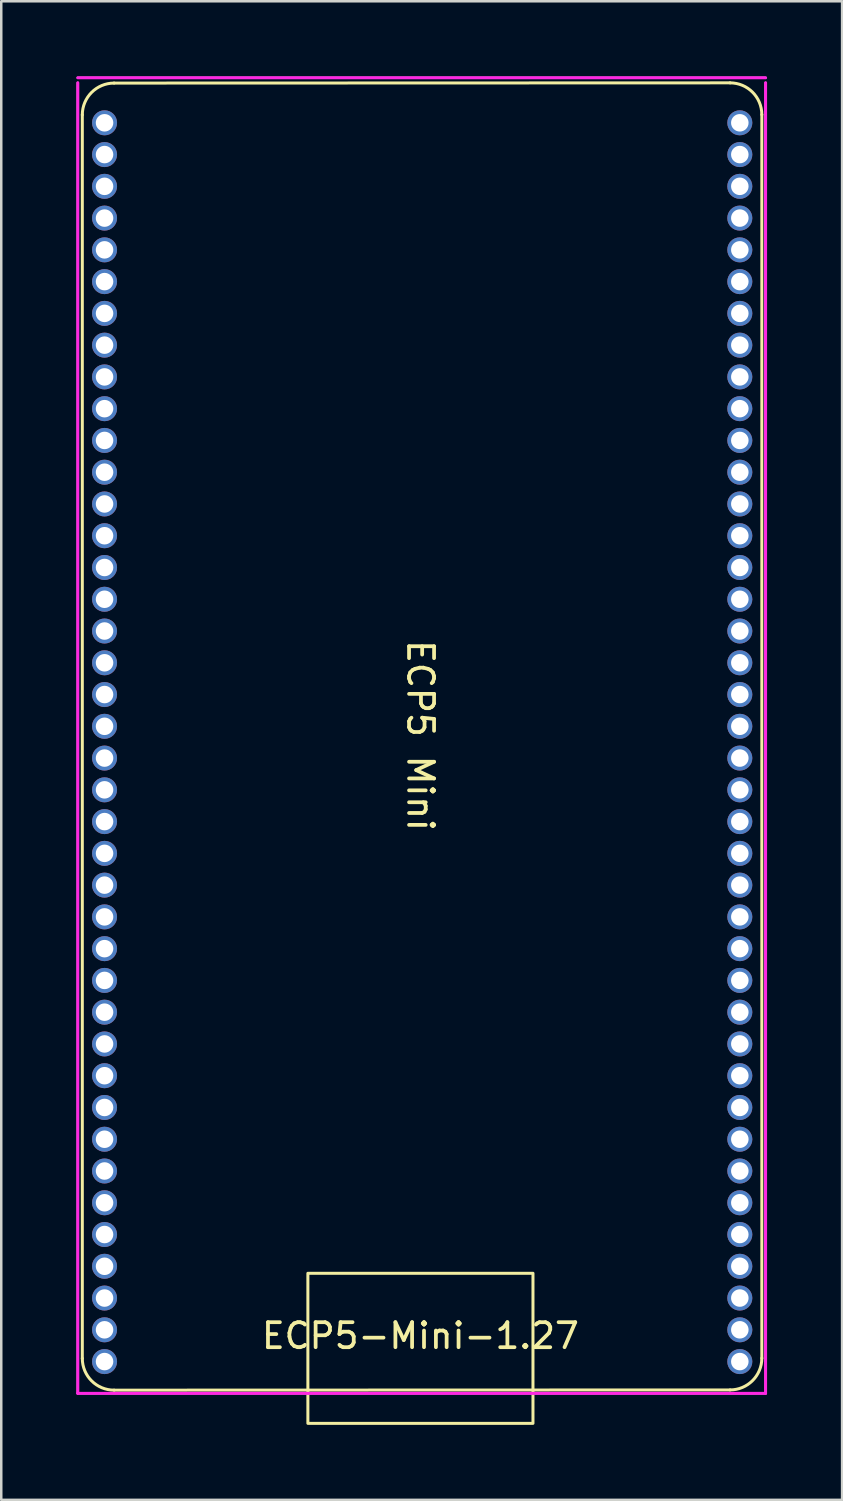
<source format=kicad_pcb>
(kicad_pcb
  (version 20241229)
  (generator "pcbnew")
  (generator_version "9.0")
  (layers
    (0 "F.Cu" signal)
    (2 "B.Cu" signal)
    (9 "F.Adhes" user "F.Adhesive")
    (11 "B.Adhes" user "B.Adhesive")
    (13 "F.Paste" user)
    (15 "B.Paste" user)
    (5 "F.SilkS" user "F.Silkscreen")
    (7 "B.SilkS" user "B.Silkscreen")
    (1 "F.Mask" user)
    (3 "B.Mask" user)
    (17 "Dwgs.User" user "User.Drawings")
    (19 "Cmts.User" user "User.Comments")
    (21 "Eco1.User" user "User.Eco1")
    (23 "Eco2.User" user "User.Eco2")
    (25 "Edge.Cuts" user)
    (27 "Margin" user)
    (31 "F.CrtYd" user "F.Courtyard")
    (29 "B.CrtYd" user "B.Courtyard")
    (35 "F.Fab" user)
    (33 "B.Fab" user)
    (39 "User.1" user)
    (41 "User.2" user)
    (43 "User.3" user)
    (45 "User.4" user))
  (footprint "ECP5-Mini-1.27"
    (layer "F.Cu")
    (at 13.76 26.36)
    (property "Reference" "ECP5-Mini-1.27" (at 0 24 0) (layer "F.SilkS") (effects (font (size 1 1) (thickness 0.15))))
    (attr through_hole)
    (fp_line (start -13.519 -24.818) (end -13.519 24.903) (stroke (width 0.12) (type solid)) (layer "F.SilkS"))
    (fp_line (start -12.249 -26.088) (end 12.38 -26.097) (stroke (width 0.12) (type solid)) (layer "F.SilkS"))
    (fp_line (start 12.38 26.164) (end -12.249 26.173) (stroke (width 0.12) (type solid)) (layer "F.SilkS"))
    (fp_line (start 13.65 24.894) (end 13.65 -24.827) (stroke (width 0.12) (type solid)) (layer "F.SilkS"))
    (fp_rect (start -4.5 21.5) (end 4.5 27.5) (stroke (width 0.12) (type solid)) (fill no) (layer "F.SilkS"))
    (fp_arc (start -13.519 -24.817974) (mid -13.147026 -25.716) (end -12.249 -26.087974) (stroke (width 0.12) (type solid)) (layer "F.SilkS"))
    (fp_arc (start -12.249 26.173) (mid -13.147026 25.801026) (end -13.519 24.903) (stroke (width 0.12) (type solid)) (layer "F.SilkS"))
    (fp_arc (start 12.379974 -26.097) (mid 13.278 -25.725026) (end 13.649974 -24.827) (stroke (width 0.12) (type solid)) (layer "F.SilkS"))
    (fp_arc (start 13.649974 24.893974) (mid 13.278 25.792) (end 12.379974 26.163974) (stroke (width 0.12) (type solid)) (layer "F.SilkS"))
    (fp_line (start -13.7 -26.3) (end 13.8 -26.3) (stroke (width 0.12) (type solid)) (layer "F.CrtYd"))
    (fp_line (start -13.7 26.3) (end -13.7 -26.1) (stroke (width 0.12) (type solid)) (layer "F.CrtYd"))
    (fp_line (start 13.8 -26.1) (end 13.8 26.3) (stroke (width 0.12) (type solid)) (layer "F.CrtYd"))
    (fp_line (start 13.8 26.3) (end -13.7 26.3) (stroke (width 0.12) (type solid)) (layer "F.CrtYd"))
    (fp_line (start -13.7 -26.1) (end -13.7 26.3) (stroke (width 0.1) (type solid)) (layer "F.Fab"))
    (fp_line (start -13.7 26.3) (end 13.8 26.3) (stroke (width 0.1) (type solid)) (layer "F.Fab"))
    (fp_line (start 13.8 -26.3) (end -13.7 -26.3) (stroke (width 0.1) (type solid)) (layer "F.Fab"))
    (fp_line (start 13.8 26.3) (end 13.8 -26.1) (stroke (width 0.1) (type solid)) (layer "F.Fab"))
    (fp_text user "ECP5 Mini" (at 0 0 270) (unlocked yes) (layer "F.SilkS") (effects (font (size 1 1) (thickness 0.15))))
    (pad "1" thru_hole circle (at -12.63 -24.5) (size 1 1) (drill 0.7) (layers "*.Cu" "*.Mask") (remove_unused_layers yes) (keep_end_layers yes) (zone_layer_connections))
    (pad "2" thru_hole oval (at -12.63 -23.23) (size 1 1) (drill 0.7) (layers "*.Cu" "*.Mask") (remove_unused_layers yes) (keep_end_layers yes) (zone_layer_connections))
    (pad "3" thru_hole oval (at -12.63 -21.96) (size 1 1) (drill 0.7) (layers "*.Cu" "*.Mask") (remove_unused_layers yes) (keep_end_layers yes) (zone_layer_connections))
    (pad "4" thru_hole oval (at -12.63 -20.69) (size 1 1) (drill 0.7) (layers "*.Cu" "*.Mask") (remove_unused_layers yes) (keep_end_layers yes) (zone_layer_connections))
    (pad "5" thru_hole oval (at -12.63 -19.42) (size 1 1) (drill 0.7) (layers "*.Cu" "*.Mask") (remove_unused_layers yes) (keep_end_layers yes) (zone_layer_connections))
    (pad "6" thru_hole oval (at -12.63 -18.15) (size 1 1) (drill 0.7) (layers "*.Cu" "*.Mask") (remove_unused_layers yes) (keep_end_layers yes) (zone_layer_connections))
    (pad "7" thru_hole oval (at -12.63 -16.88) (size 1 1) (drill 0.7) (layers "*.Cu" "*.Mask") (remove_unused_layers yes) (keep_end_layers yes) (zone_layer_connections))
    (pad "8" thru_hole oval (at -12.63 -15.61) (size 1 1) (drill 0.7) (layers "*.Cu" "*.Mask") (remove_unused_layers yes) (keep_end_layers yes) (zone_layer_connections))
    (pad "9" thru_hole oval (at -12.63 -14.34) (size 1 1) (drill 0.7) (layers "*.Cu" "*.Mask") (remove_unused_layers yes) (keep_end_layers yes) (zone_layer_connections))
    (pad "10" thru_hole oval (at -12.63 -13.07) (size 1 1) (drill 0.7) (layers "*.Cu" "*.Mask") (remove_unused_layers yes) (keep_end_layers yes) (zone_layer_connections))
    (pad "11" thru_hole oval (at -12.63 -11.8) (size 1 1) (drill 0.7) (layers "*.Cu" "*.Mask") (remove_unused_layers yes) (keep_end_layers yes) (zone_layer_connections))
    (pad "12" thru_hole oval (at -12.63 -10.53) (size 1 1) (drill 0.7) (layers "*.Cu" "*.Mask") (remove_unused_layers yes) (keep_end_layers yes) (zone_layer_connections))
    (pad "13" thru_hole oval (at -12.63 -9.26) (size 1 1) (drill 0.7) (layers "*.Cu" "*.Mask") (remove_unused_layers yes) (keep_end_layers yes) (zone_layer_connections))
    (pad "14" thru_hole oval (at -12.63 -7.99) (size 1 1) (drill 0.7) (layers "*.Cu" "*.Mask") (remove_unused_layers yes) (keep_end_layers yes) (zone_layer_connections))
    (pad "15" thru_hole oval (at -12.63 -6.72) (size 1 1) (drill 0.7) (layers "*.Cu" "*.Mask") (remove_unused_layers yes) (keep_end_layers yes) (zone_layer_connections))
    (pad "16" thru_hole oval (at -12.63 -5.45) (size 1 1) (drill 0.7) (layers "*.Cu" "*.Mask") (remove_unused_layers yes) (keep_end_layers yes) (zone_layer_connections))
    (pad "17" thru_hole oval (at -12.63 -4.18) (size 1 1) (drill 0.7) (layers "*.Cu" "*.Mask") (remove_unused_layers yes) (keep_end_layers yes) (zone_layer_connections))
    (pad "18" thru_hole oval (at -12.63 -2.91) (size 1 1) (drill 0.7) (layers "*.Cu" "*.Mask"))
    (pad "19" thru_hole oval (at -12.63 -1.64) (size 1 1) (drill 0.7) (layers "*.Cu" "*.Mask"))
    (pad "20" thru_hole oval (at -12.63 -0.37) (size 1 1) (drill 0.7) (layers "*.Cu" "*.Mask"))
    (pad "21" thru_hole oval (at -12.63 0.9) (size 1 1) (drill 0.7) (layers "*.Cu" "*.Mask") (remove_unused_layers yes) (keep_end_layers yes) (zone_layer_connections))
    (pad "22" thru_hole oval (at -12.63 2.17) (size 1 1) (drill 0.7) (layers "*.Cu" "*.Mask") (remove_unused_layers yes) (keep_end_layers yes) (zone_layer_connections))
    (pad "23" thru_hole oval (at -12.63 3.44) (size 1 1) (drill 0.7) (layers "*.Cu" "*.Mask") (remove_unused_layers yes) (keep_end_layers yes) (zone_layer_connections))
    (pad "24" thru_hole oval (at -12.63 4.71) (size 1 1) (drill 0.7) (layers "*.Cu" "*.Mask") (remove_unused_layers yes) (keep_end_layers yes) (zone_layer_connections))
    (pad "25" thru_hole oval (at -12.63 5.98) (size 1 1) (drill 0.7) (layers "*.Cu" "*.Mask"))
    (pad "26" thru_hole oval (at -12.63 7.25) (size 1 1) (drill 0.7) (layers "*.Cu" "*.Mask"))
    (pad "27" thru_hole oval (at -12.63 8.52) (size 1 1) (drill 0.7) (layers "*.Cu" "*.Mask") (remove_unused_layers yes) (keep_end_layers yes) (zone_layer_connections))
    (pad "28" thru_hole oval (at -12.63 9.79) (size 1 1) (drill 0.7) (layers "*.Cu" "*.Mask"))
    (pad "29" thru_hole oval (at -12.63 11.06) (size 1 1) (drill 0.7) (layers "*.Cu" "*.Mask") (remove_unused_layers yes) (keep_end_layers yes) (zone_layer_connections))
    (pad "30" thru_hole oval (at -12.63 12.33) (size 1 1) (drill 0.7) (layers "*.Cu" "*.Mask") (remove_unused_layers yes) (keep_end_layers yes) (zone_layer_connections))
    (pad "31" thru_hole oval (at -12.63 13.6) (size 1 1) (drill 0.7) (layers "*.Cu" "*.Mask"))
    (pad "32" thru_hole oval (at -12.63 14.87) (size 1 1) (drill 0.7) (layers "*.Cu" "*.Mask") (remove_unused_layers yes) (keep_end_layers yes) (zone_layer_connections))
    (pad "33" thru_hole oval (at -12.63 16.14) (size 1 1) (drill 0.7) (layers "*.Cu" "*.Mask") (remove_unused_layers yes) (keep_end_layers yes) (zone_layer_connections))
    (pad "34" thru_hole oval (at -12.63 17.41) (size 1 1) (drill 0.7) (layers "*.Cu" "*.Mask") (remove_unused_layers yes) (keep_end_layers yes) (zone_layer_connections))
    (pad "35" thru_hole oval (at -12.63 18.68) (size 1 1) (drill 0.7) (layers "*.Cu" "*.Mask") (remove_unused_layers yes) (keep_end_layers yes) (zone_layer_connections))
    (pad "36" thru_hole oval (at -12.63 19.95) (size 1 1) (drill 0.7) (layers "*.Cu" "*.Mask"))
    (pad "37" thru_hole oval (at -12.63 21.22) (size 1 1) (drill 0.7) (layers "*.Cu" "*.Mask") (remove_unused_layers yes) (keep_end_layers yes) (zone_layer_connections))
    (pad "38" thru_hole oval (at -12.63 22.49) (size 1 1) (drill 0.7) (layers "*.Cu" "*.Mask"))
    (pad "39" thru_hole oval (at -12.63 23.76) (size 1 1) (drill 0.7) (layers "*.Cu" "*.Mask"))
    (pad "40" thru_hole oval (at -12.63 25.03) (size 1 1) (drill 0.7) (layers "*.Cu" "*.Mask"))
    (pad "41" thru_hole oval (at 12.77 25.03) (size 1 1) (drill 0.7) (layers "*.Cu" "*.Mask"))
    (pad "42" thru_hole oval (at 12.77 23.76) (size 1 1) (drill 0.7) (layers "*.Cu" "*.Mask"))
    (pad "43" thru_hole oval (at 12.77 22.49) (size 1 1) (drill 0.7) (layers "*.Cu" "*.Mask"))
    (pad "44" thru_hole oval (at 12.77 21.22) (size 1 1) (drill 0.7) (layers "*.Cu" "*.Mask") (remove_unused_layers yes) (keep_end_layers yes) (zone_layer_connections))
    (pad "45" thru_hole oval (at 12.77 19.95) (size 1 1) (drill 0.7) (layers "*.Cu" "*.Mask"))
    (pad "46" thru_hole oval (at 12.77 18.68) (size 1 1) (drill 0.7) (layers "*.Cu" "*.Mask") (remove_unused_layers yes) (keep_end_layers yes) (zone_layer_connections))
    (pad "47" thru_hole oval (at 12.77 17.41) (size 1 1) (drill 0.7) (layers "*.Cu" "*.Mask") (remove_unused_layers yes) (keep_end_layers yes) (zone_layer_connections))
    (pad "48" thru_hole oval (at 12.77 16.14) (size 1 1) (drill 0.7) (layers "*.Cu" "*.Mask") (remove_unused_layers yes) (keep_end_layers yes) (zone_layer_connections))
    (pad "49" thru_hole oval (at 12.77 14.87) (size 1 1) (drill 0.7) (layers "*.Cu" "*.Mask") (remove_unused_layers yes) (keep_end_layers yes) (zone_layer_connections))
    (pad "50" thru_hole oval (at 12.77 13.6) (size 1 1) (drill 0.7) (layers "*.Cu" "*.Mask"))
    (pad "51" thru_hole oval (at 12.77 12.33) (size 1 1) (drill 0.7) (layers "*.Cu" "*.Mask") (remove_unused_layers yes) (keep_end_layers yes) (zone_layer_connections))
    (pad "52" thru_hole oval (at 12.77 11.06) (size 1 1) (drill 0.7) (layers "*.Cu" "*.Mask") (remove_unused_layers yes) (keep_end_layers yes) (zone_layer_connections))
    (pad "53" thru_hole oval (at 12.77 9.79) (size 1 1) (drill 0.7) (layers "*.Cu" "*.Mask"))
    (pad "54" thru_hole oval (at 12.77 8.52) (size 1 1) (drill 0.7) (layers "*.Cu" "*.Mask") (remove_unused_layers yes) (keep_end_layers yes) (zone_layer_connections))
    (pad "55" thru_hole oval (at 12.77 7.25) (size 1 1) (drill 0.7) (layers "*.Cu" "*.Mask"))
    (pad "56" thru_hole oval (at 12.77 5.98) (size 1 1) (drill 0.7) (layers "*.Cu" "*.Mask"))
    (pad "57" thru_hole oval (at 12.77 4.71) (size 1 1) (drill 0.7) (layers "*.Cu" "*.Mask") (remove_unused_layers yes) (keep_end_layers yes) (zone_layer_connections))
    (pad "58" thru_hole oval (at 12.77 3.44) (size 1 1) (drill 0.7) (layers "*.Cu" "*.Mask") (remove_unused_layers yes) (keep_end_layers yes) (zone_layer_connections))
    (pad "59" thru_hole oval (at 12.77 2.17) (size 1 1) (drill 0.7) (layers "*.Cu" "*.Mask") (remove_unused_layers yes) (keep_end_layers yes) (zone_layer_connections))
    (pad "60" thru_hole oval (at 12.77 0.9) (size 1 1) (drill 0.7) (layers "*.Cu" "*.Mask") (remove_unused_layers yes) (keep_end_layers yes) (zone_layer_connections))
    (pad "61" thru_hole oval (at 12.77 -0.37) (size 1 1) (drill 0.7) (layers "*.Cu" "*.Mask"))
    (pad "62" thru_hole oval (at 12.77 -1.64) (size 1 1) (drill 0.7) (layers "*.Cu" "*.Mask"))
    (pad "63" thru_hole oval (at 12.77 -2.91) (size 1 1) (drill 0.7) (layers "*.Cu" "*.Mask"))
    (pad "64" thru_hole oval (at 12.77 -4.18) (size 1 1) (drill 0.7) (layers "*.Cu" "*.Mask") (remove_unused_layers yes) (keep_end_layers yes) (zone_layer_connections))
    (pad "65" thru_hole oval (at 12.77 -5.45) (size 1 1) (drill 0.7) (layers "*.Cu" "*.Mask") (remove_unused_layers yes) (keep_end_layers yes) (zone_layer_connections))
    (pad "66" thru_hole oval (at 12.77 -6.72) (size 1 1) (drill 0.7) (layers "*.Cu" "*.Mask") (remove_unused_layers yes) (keep_end_layers yes) (zone_layer_connections))
    (pad "67" thru_hole oval (at 12.77 -7.99) (size 1 1) (drill 0.7) (layers "*.Cu" "*.Mask") (remove_unused_layers yes) (keep_end_layers yes) (zone_layer_connections))
    (pad "68" thru_hole oval (at 12.77 -9.26) (size 1 1) (drill 0.7) (layers "*.Cu" "*.Mask") (remove_unused_layers yes) (keep_end_layers yes) (zone_layer_connections))
    (pad "69" thru_hole oval (at 12.77 -10.53) (size 1 1) (drill 0.7) (layers "*.Cu" "*.Mask") (remove_unused_layers yes) (keep_end_layers yes) (zone_layer_connections))
    (pad "70" thru_hole oval (at 12.77 -11.8) (size 1 1) (drill 0.7) (layers "*.Cu" "*.Mask") (remove_unused_layers yes) (keep_end_layers yes) (zone_layer_connections))
    (pad "71" thru_hole oval (at 12.77 -13.07) (size 1 1) (drill 0.7) (layers "*.Cu" "*.Mask") (remove_unused_layers yes) (keep_end_layers yes) (zone_layer_connections))
    (pad "72" thru_hole oval (at 12.77 -14.34) (size 1 1) (drill 0.7) (layers "*.Cu" "*.Mask") (remove_unused_layers yes) (keep_end_layers yes) (zone_layer_connections))
    (pad "73" thru_hole oval (at 12.77 -15.61) (size 1 1) (drill 0.7) (layers "*.Cu" "*.Mask") (remove_unused_layers yes) (keep_end_layers yes) (zone_layer_connections))
    (pad "74" thru_hole oval (at 12.77 -16.88) (size 1 1) (drill 0.7) (layers "*.Cu" "*.Mask") (remove_unused_layers yes) (keep_end_layers yes) (zone_layer_connections))
    (pad "75" thru_hole oval (at 12.77 -18.15) (size 1 1) (drill 0.7) (layers "*.Cu" "*.Mask") (remove_unused_layers yes) (keep_end_layers yes) (zone_layer_connections))
    (pad "76" thru_hole oval (at 12.77 -19.42) (size 1 1) (drill 0.7) (layers "*.Cu" "*.Mask") (remove_unused_layers yes) (keep_end_layers yes) (zone_layer_connections))
    (pad "77" thru_hole oval (at 12.77 -20.69) (size 1 1) (drill 0.7) (layers "*.Cu" "*.Mask") (remove_unused_layers yes) (keep_end_layers yes) (zone_layer_connections))
    (pad "78" thru_hole oval (at 12.77 -21.96) (size 1 1) (drill 0.7) (layers "*.Cu" "*.Mask") (remove_unused_layers yes) (keep_end_layers yes) (zone_layer_connections))
    (pad "79" thru_hole oval (at 12.77 -23.23) (size 1 1) (drill 0.7) (layers "*.Cu" "*.Mask") (remove_unused_layers yes) (keep_end_layers yes) (zone_layer_connections))
    (pad "80" thru_hole circle (at 12.77 -24.5) (size 1 1) (drill 0.7) (layers "*.Cu" "*.Mask") (remove_unused_layers yes) (keep_end_layers yes) (zone_layer_connections)))
  (gr_rect
    (start -3 -3)
    (end 30.62 56.92)
    (stroke (width 0.1) (type default))
    (fill no)
    (layer "Edge.Cuts")))
</source>
